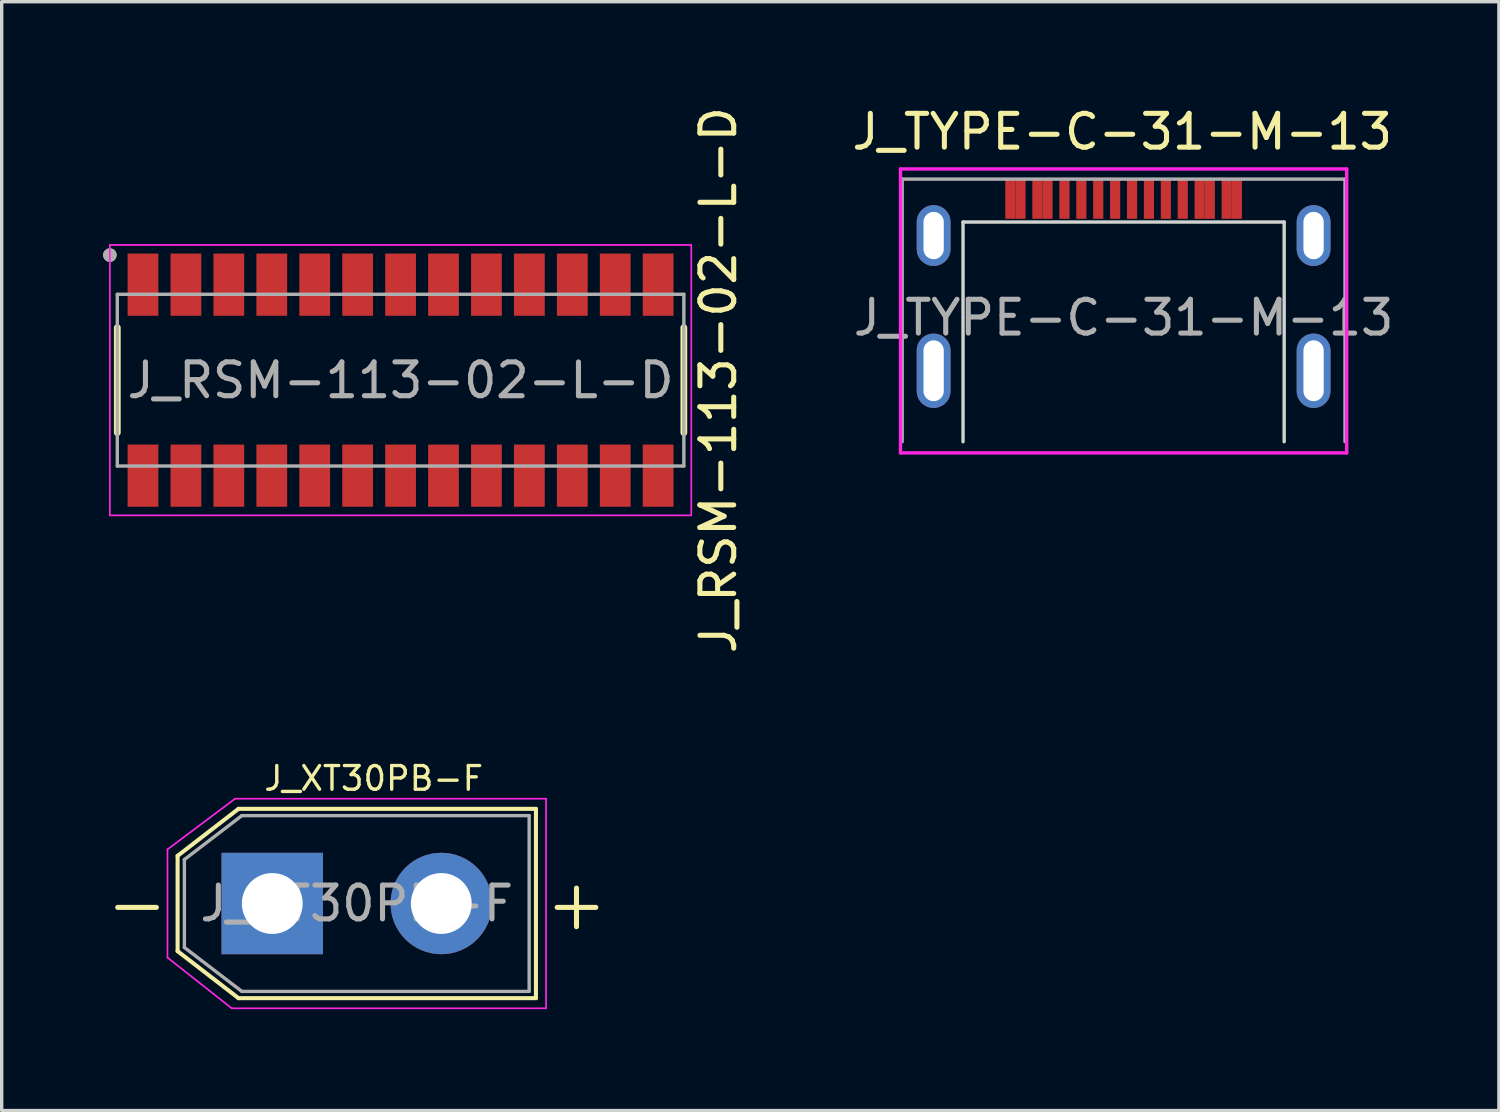
<source format=kicad_pcb>
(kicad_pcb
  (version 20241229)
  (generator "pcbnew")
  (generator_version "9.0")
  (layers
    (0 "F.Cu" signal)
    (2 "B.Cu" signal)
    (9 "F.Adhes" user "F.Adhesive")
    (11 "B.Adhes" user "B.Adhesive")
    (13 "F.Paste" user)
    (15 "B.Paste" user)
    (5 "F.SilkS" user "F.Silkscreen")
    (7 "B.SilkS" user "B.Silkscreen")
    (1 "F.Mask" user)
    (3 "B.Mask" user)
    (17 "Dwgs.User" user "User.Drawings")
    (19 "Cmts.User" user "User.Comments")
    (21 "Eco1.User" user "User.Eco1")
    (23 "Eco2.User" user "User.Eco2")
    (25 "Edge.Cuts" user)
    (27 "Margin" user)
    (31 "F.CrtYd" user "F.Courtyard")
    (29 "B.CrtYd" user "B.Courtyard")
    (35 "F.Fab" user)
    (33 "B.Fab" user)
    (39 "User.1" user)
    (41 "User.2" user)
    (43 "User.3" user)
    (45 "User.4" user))
  (footprint "J_TYPE-C-31-M-13"
    (layer "F.Cu")
    (at 30.189 10.018)
    (property "Reference" "J_TYPE-C-31-M-13" (at -0.04 -9.17 0) (unlocked yes) (layer "F.SilkS") (effects (font (size 1 1) (thickness 0.15))))
    (attr smd)
    (fp_line (start -4.75 -6.5) (end 4.75 -6.5) (stroke (width 0.1) (type solid)) (layer "Edge.Cuts"))
    (fp_line (start -4.75 0) (end -4.75 -6.5) (stroke (width 0.1) (type solid)) (layer "Edge.Cuts"))
    (fp_line (start 4.75 -6.5) (end 4.75 0) (stroke (width 0.1) (type solid)) (layer "Edge.Cuts"))
    (fp_line (start -6.6 -8.07) (end 6.6 -8.07) (stroke (width 0.1) (type solid)) (layer "F.CrtYd"))
    (fp_line (start -6.6 0.33) (end -6.6 -8.07) (stroke (width 0.1) (type solid)) (layer "F.CrtYd"))
    (fp_line (start 6.6 -8.07) (end 6.6 0.33) (stroke (width 0.1) (type solid)) (layer "F.CrtYd"))
    (fp_line (start 6.6 0.33) (end -6.6 0.33) (stroke (width 0.1) (type solid)) (layer "F.CrtYd"))
    (fp_line (start -6.55 -7.77) (end 6.55 -7.77) (stroke (width 0.1) (type solid)) (layer "F.Fab"))
    (fp_line (start -6.55 0) (end -6.55 -7.77) (stroke (width 0.1) (type solid)) (layer "F.Fab"))
    (fp_line (start 6.55 -7.77) (end 6.55 0) (stroke (width 0.1) (type solid)) (layer "F.Fab"))
    (fp_text user "${REFERENCE}" (at 0 -3.67 0) (unlocked yes) (layer "F.Fab") (effects (font (size 1 1) (thickness 0.15))))
    (pad "A1" smd rect (at -3.35 -7.17) (size 0.3 1.15) (layers "F.Cu" "F.Mask" "F.Paste"))
    (pad "A4" smd rect (at -2.55 -7.17) (size 0.3 1.15) (layers "F.Cu" "F.Mask" "F.Paste"))
    (pad "A5" smd rect (at -1.25 -7.17) (size 0.3 1.15) (layers "F.Cu" "F.Mask" "F.Paste"))
    (pad "A6" smd rect (at -0.25 -7.17) (size 0.3 1.15) (layers "F.Cu" "F.Mask" "F.Paste"))
    (pad "A7" smd rect (at 0.25 -7.17) (size 0.3 1.15) (layers "F.Cu" "F.Mask" "F.Paste"))
    (pad "A8" smd rect (at 1.25 -7.17) (size 0.3 1.15) (layers "F.Cu" "F.Mask" "F.Paste"))
    (pad "A9" smd rect (at 2.55 -7.17) (size 0.3 1.15) (layers "F.Cu" "F.Mask" "F.Paste"))
    (pad "A12" smd rect (at 3.35 -7.17) (size 0.3 1.15) (layers "F.Cu" "F.Mask" "F.Paste"))
    (pad "B1" smd rect (at 3.05 -7.17) (size 0.3 1.15) (layers "F.Cu" "F.Mask" "F.Paste"))
    (pad "B4" smd rect (at 2.25 -7.17) (size 0.3 1.15) (layers "F.Cu" "F.Mask" "F.Paste"))
    (pad "B5" smd rect (at 1.75 -7.17) (size 0.3 1.15) (layers "F.Cu" "F.Mask" "F.Paste"))
    (pad "B6" smd rect (at 0.75 -7.17) (size 0.3 1.15) (layers "F.Cu" "F.Mask" "F.Paste"))
    (pad "B7" smd rect (at -0.75 -7.17) (size 0.3 1.15) (layers "F.Cu" "F.Mask" "F.Paste"))
    (pad "B8" smd rect (at -1.75 -7.17) (size 0.3 1.15) (layers "F.Cu" "F.Mask" "F.Paste"))
    (pad "B9" smd rect (at -2.25 -7.17) (size 0.3 1.15) (layers "F.Cu" "F.Mask" "F.Paste"))
    (pad "B12" smd rect (at -3.05 -7.17) (size 0.3 1.15) (layers "F.Cu" "F.Mask" "F.Paste"))
    (pad "GND" thru_hole oval (at -5.62 -6.1) (size 1 1.8) (drill oval 0.6 1.4) (layers "*.Cu" "*.Mask"))
    (pad "GND" thru_hole oval (at -5.62 -2.1) (size 1 2.2) (drill oval 0.6 1.8) (layers "*.Cu" "*.Mask"))
    (pad "GND" thru_hole oval (at 5.62 -6.1) (size 1 1.8) (drill oval 0.6 1.4) (layers "*.Cu" "*.Mask"))
    (pad "GND" thru_hole oval (at 5.62 -2.1) (size 1 2.2) (drill oval 0.6 1.8) (layers "*.Cu" "*.Mask")))
  (footprint "J_RSM-113-02-L-D"
    (layer "F.Cu")
    (at 8.8 8.196)
    (property "Reference" "J_RSM-113-02-L-D" (at 9.4 0 90) (unlocked yes) (layer "F.SilkS") (effects (font (size 1 1) (thickness 0.15))))
    (attr smd)
    (fp_line (start -8.38 1.555) (end -8.38 -1.555) (stroke (width 0.2) (type solid)) (layer "F.SilkS"))
    (fp_line (start 8.38 -1.555) (end 8.38 1.555) (stroke (width 0.2) (type solid)) (layer "F.SilkS"))
    (fp_circle (center -8.6 -3.7) (end -8.7 -3.7) (stroke (width 0.2) (type solid)) (fill no) (layer "F.SilkS"))
    (fp_line (start -8.6 -4) (end 8.6 -4) (stroke (width 0.05) (type solid)) (layer "F.CrtYd"))
    (fp_line (start -8.6 4) (end -8.6 -4) (stroke (width 0.05) (type solid)) (layer "F.CrtYd"))
    (fp_line (start 8.6 -4) (end 8.6 4) (stroke (width 0.05) (type solid)) (layer "F.CrtYd"))
    (fp_line (start 8.6 4) (end -8.6 4) (stroke (width 0.05) (type solid)) (layer "F.CrtYd"))
    (fp_line (start -8.38 -2.54) (end 8.38 -2.54) (stroke (width 0.1) (type solid)) (layer "F.Fab"))
    (fp_line (start -8.38 2.54) (end -8.38 -2.54) (stroke (width 0.1) (type solid)) (layer "F.Fab"))
    (fp_line (start 8.38 -2.54) (end 8.38 2.54) (stroke (width 0.1) (type solid)) (layer "F.Fab"))
    (fp_line (start 8.38 2.54) (end -8.38 2.54) (stroke (width 0.1) (type solid)) (layer "F.Fab"))
    (fp_circle (center -8.6 -3.7) (end -8.7 -3.7) (stroke (width 0.2) (type solid)) (fill no) (layer "F.Fab"))
    (fp_text user "${REFERENCE}" (at 0 0.005 0) (unlocked yes) (layer "F.Fab") (effects (font (size 1 1) (thickness 0.15))))
    (pad "1" smd rect (at -7.62 -2.825 180) (size 0.91 1.84) (layers "F.Cu" "F.Mask" "F.Paste"))
    (pad "2" smd rect (at -7.62 2.825 180) (size 0.91 1.84) (layers "F.Cu" "F.Mask" "F.Paste"))
    (pad "3" smd rect (at -6.35 -2.825 180) (size 0.91 1.84) (layers "F.Cu" "F.Mask" "F.Paste"))
    (pad "4" smd rect (at -6.35 2.825 180) (size 0.91 1.84) (layers "F.Cu" "F.Mask" "F.Paste"))
    (pad "5" smd rect (at -5.08 -2.825 180) (size 0.91 1.84) (layers "F.Cu" "F.Mask" "F.Paste"))
    (pad "6" smd rect (at -5.08 2.825 180) (size 0.91 1.84) (layers "F.Cu" "F.Mask" "F.Paste"))
    (pad "7" smd rect (at -3.81 -2.825 180) (size 0.91 1.84) (layers "F.Cu" "F.Mask" "F.Paste"))
    (pad "8" smd rect (at -3.81 2.825 180) (size 0.91 1.84) (layers "F.Cu" "F.Mask" "F.Paste"))
    (pad "9" smd rect (at -2.54 -2.825 180) (size 0.91 1.84) (layers "F.Cu" "F.Mask" "F.Paste"))
    (pad "10" smd rect (at -2.54 2.825 180) (size 0.91 1.84) (layers "F.Cu" "F.Mask" "F.Paste"))
    (pad "11" smd rect (at -1.27 -2.825 180) (size 0.91 1.84) (layers "F.Cu" "F.Mask" "F.Paste"))
    (pad "12" smd rect (at -1.27 2.825 180) (size 0.91 1.84) (layers "F.Cu" "F.Mask" "F.Paste"))
    (pad "13" smd rect (at 0 -2.825 180) (size 0.91 1.84) (layers "F.Cu" "F.Mask" "F.Paste"))
    (pad "14" smd rect (at 0 2.825 180) (size 0.91 1.84) (layers "F.Cu" "F.Mask" "F.Paste"))
    (pad "15" smd rect (at 1.27 -2.825 180) (size 0.91 1.84) (layers "F.Cu" "F.Mask" "F.Paste"))
    (pad "16" smd rect (at 1.27 2.825 180) (size 0.91 1.84) (layers "F.Cu" "F.Mask" "F.Paste"))
    (pad "17" smd rect (at 2.54 -2.825 180) (size 0.91 1.84) (layers "F.Cu" "F.Mask" "F.Paste"))
    (pad "18" smd rect (at 2.54 2.825 180) (size 0.91 1.84) (layers "F.Cu" "F.Mask" "F.Paste"))
    (pad "19" smd rect (at 3.81 -2.825 180) (size 0.91 1.84) (layers "F.Cu" "F.Mask" "F.Paste"))
    (pad "20" smd rect (at 3.81 2.825 180) (size 0.91 1.84) (layers "F.Cu" "F.Mask" "F.Paste"))
    (pad "21" smd rect (at 5.08 -2.825 180) (size 0.91 1.84) (layers "F.Cu" "F.Mask" "F.Paste"))
    (pad "22" smd rect (at 5.08 2.825 180) (size 0.91 1.84) (layers "F.Cu" "F.Mask" "F.Paste"))
    (pad "23" smd rect (at 6.35 -2.825 180) (size 0.91 1.84) (layers "F.Cu" "F.Mask" "F.Paste"))
    (pad "24" smd rect (at 6.35 2.825 180) (size 0.91 1.84) (layers "F.Cu" "F.Mask" "F.Paste"))
    (pad "25" smd rect (at 7.62 -2.825 180) (size 0.91 1.84) (layers "F.Cu" "F.Mask" "F.Paste"))
    (pad "26" smd rect (at 7.62 2.825 180) (size 0.91 1.84) (layers "F.Cu" "F.Mask" "F.Paste")))
  (footprint "J_XT30PB-F"
    (layer "F.Cu")
    (at 7.804 23.778)
    (property "Reference" "J_XT30PB-F" (at 0.2 -3.8 0) (layer "F.SilkS") (effects (font (size 0.7 0.7) (thickness 0.1))))
    (attr smd)
    (fp_line (start -5.6 -1.51) (end -5.6 1.31) (stroke (width 0.12) (type solid)) (layer "F.SilkS"))
    (fp_line (start -5.6 -1.51) (end -3.8 -2.9) (stroke (width 0.12) (type solid)) (layer "F.SilkS"))
    (fp_line (start -5.6 1.31) (end -3.8 2.7) (stroke (width 0.12) (type solid)) (layer "F.SilkS"))
    (fp_line (start -3.8 -2.9) (end 5 -2.9) (stroke (width 0.12) (type solid)) (layer "F.SilkS"))
    (fp_line (start -3.8 2.7) (end 5 2.7) (stroke (width 0.12) (type solid)) (layer "F.SilkS"))
    (fp_line (start 5 -2.9) (end 5 2.7) (stroke (width 0.12) (type solid)) (layer "F.SilkS"))
    (fp_line (start -5.9 -1.7) (end -5.9 1.5) (stroke (width 0.05) (type solid)) (layer "F.CrtYd"))
    (fp_line (start -5.9 -1.7) (end -3.9 -3.2) (stroke (width 0.05) (type solid)) (layer "F.CrtYd"))
    (fp_line (start -5.9 1.5) (end -4 3) (stroke (width 0.05) (type solid)) (layer "F.CrtYd"))
    (fp_line (start -4 3) (end 5.3 3) (stroke (width 0.05) (type solid)) (layer "F.CrtYd"))
    (fp_line (start -3.9 -3.2) (end 5.3 -3.2) (stroke (width 0.05) (type solid)) (layer "F.CrtYd"))
    (fp_line (start 5.3 -3.2) (end 5.3 3) (stroke (width 0.05) (type solid)) (layer "F.CrtYd"))
    (fp_line (start -5.4 -1.4) (end -5.4 1.2) (stroke (width 0.1) (type solid)) (layer "F.Fab"))
    (fp_line (start -5.4 -1.4) (end -3.7 -2.7) (stroke (width 0.1) (type solid)) (layer "F.Fab"))
    (fp_line (start -5.4 1.2) (end -3.7 2.5) (stroke (width 0.1) (type solid)) (layer "F.Fab"))
    (fp_line (start -3.7 -2.7) (end 4.8 -2.7) (stroke (width 0.1) (type solid)) (layer "F.Fab"))
    (fp_line (start -3.7 2.5) (end 4.8 2.5) (stroke (width 0.1) (type solid)) (layer "F.Fab"))
    (fp_line (start 4.8 -2.7) (end 4.8 2.5) (stroke (width 0.1) (type solid)) (layer "F.Fab"))
    (fp_text user "+" (at 6.2 -0.1 0) (layer "F.SilkS") (effects (font (size 1.5 1.5) (thickness 0.15))))
    (fp_text user "-" (at -6.8 -0.1 0) (layer "F.SilkS") (effects (font (size 1.5 1.5) (thickness 0.15))))
    (fp_text user "${REFERENCE}" (at -0.3 -0.1 0) (layer "F.Fab") (effects (font (size 1 1) (thickness 0.15))))
    (pad "+" thru_hole circle (at 2.2 -0.1) (size 3 3) (drill 1.8) (layers "*.Cu" "*.Mask"))
    (pad "-" thru_hole rect (at -2.8 -0.1) (size 3 3) (drill 1.8) (layers "*.Cu" "*.Mask")))
  (gr_rect
    (start -3 -3)
    (end 41.291 29.803)
    (stroke (width 0.1) (type default))
    (fill no)
    (layer "Edge.Cuts")))
</source>
